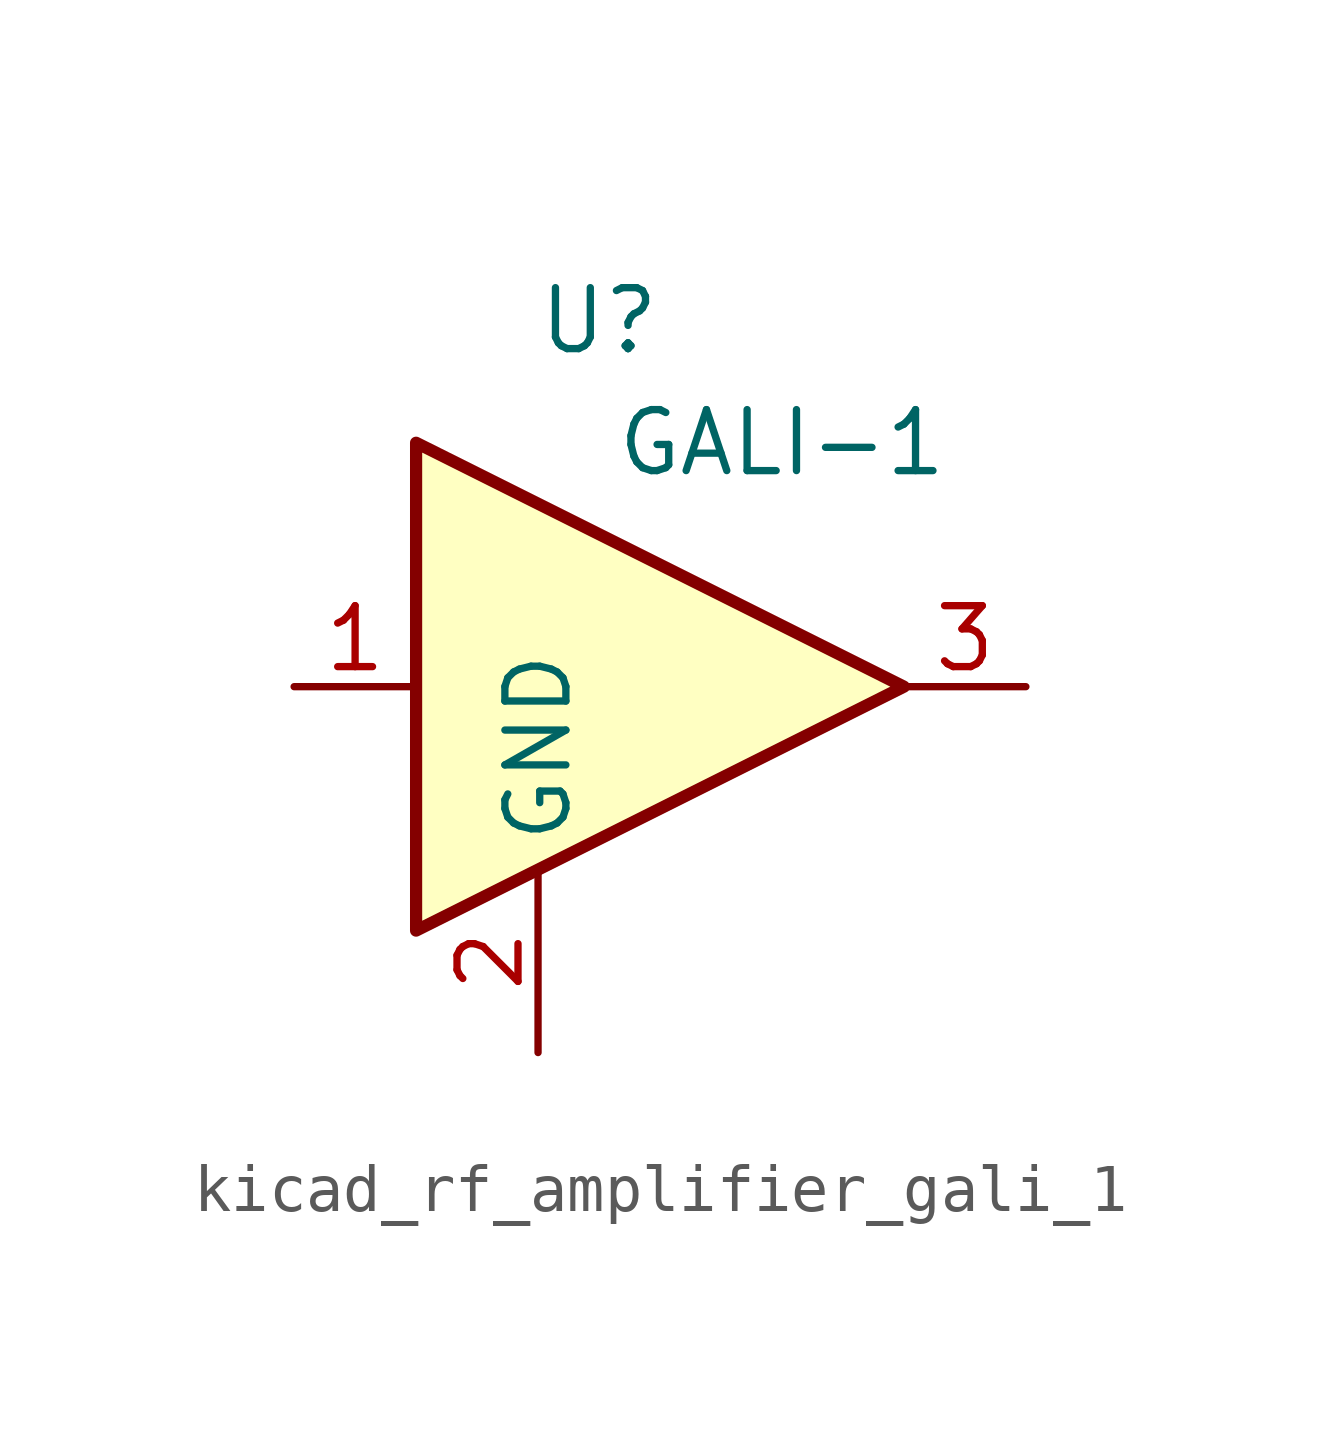
<source format=kicad_sym>
(kicad_symbol_lib
  (version 20220914)
  (generator kicad_symbol_editor)
  (symbol "kicad_rf_amplifier_gali_1"
    (property "Reference" "U"
      (at -1.27 7.62 0)
      (effects (font (size 1.27 1.27))))
    (property "Value" "GALI-1"
      (at 2.54 5.08 0)
      (effects (font (size 1.27 1.27))))
    (symbol "kicad_rf_amplifier_gali_1_0_1"
      (polyline (pts (xy 5.08 0) (xy -5.08 5.08) (xy -5.08 -5.08) (xy 5.08 0)) (stroke (width 0.254) (type default)) (fill (type background))))
    (symbol "kicad_rf_amplifier_gali_1_1_1"
      (pin input line (at -7.62 0 0) (length 2.54) (name "~" (effects (font (size 1.27 1.27)))) (number "1" (effects (font (size 1.27 1.27)))))
      (pin power_in line (at -2.54 -7.62 90) (length 3.81) (name "GND" (effects (font (size 1.27 1.27)))) (number "2" (effects (font (size 1.27 1.27)))))
      (pin output line (at 7.62 0 180) (length 2.54) (name "~" (effects (font (size 1.27 1.27)))) (number "3" (effects (font (size 1.27 1.27))))))))
</source>
